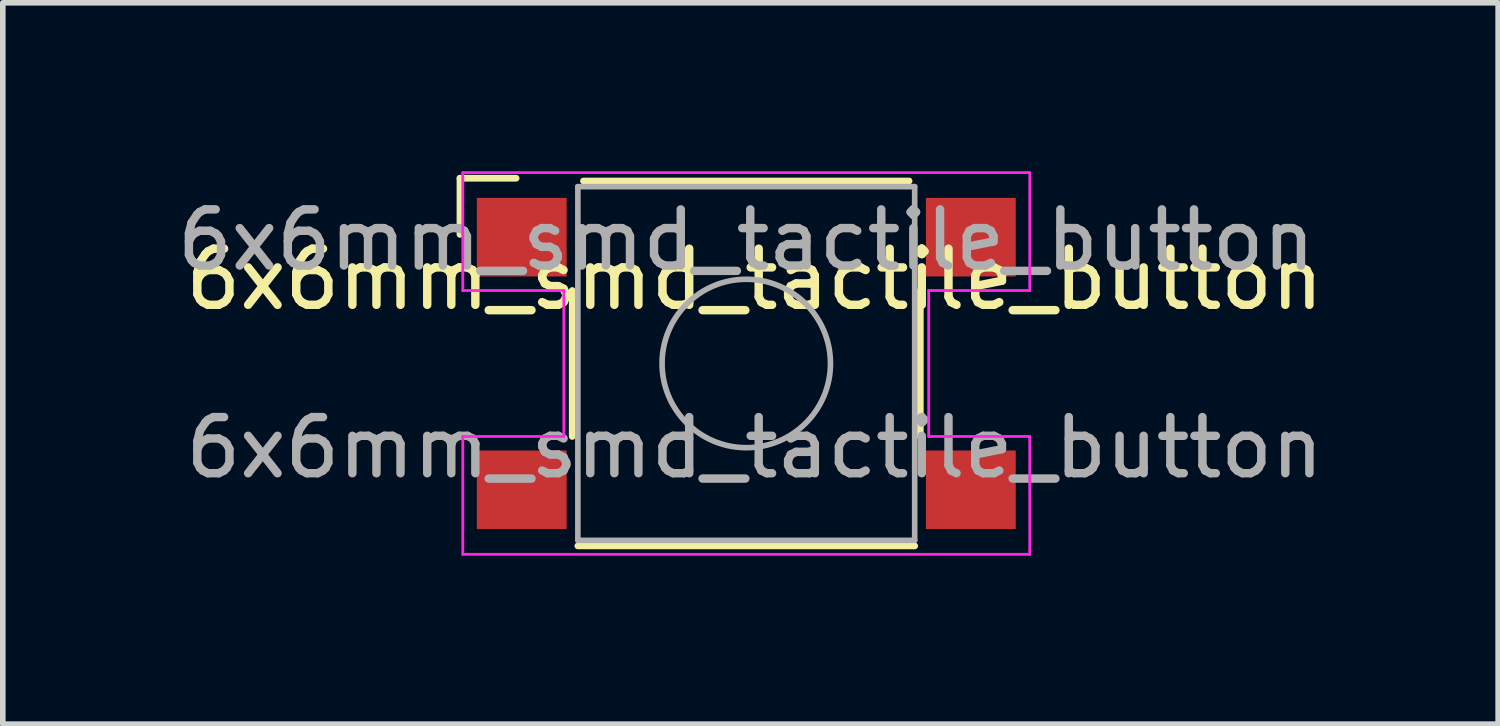
<source format=kicad_pcb>
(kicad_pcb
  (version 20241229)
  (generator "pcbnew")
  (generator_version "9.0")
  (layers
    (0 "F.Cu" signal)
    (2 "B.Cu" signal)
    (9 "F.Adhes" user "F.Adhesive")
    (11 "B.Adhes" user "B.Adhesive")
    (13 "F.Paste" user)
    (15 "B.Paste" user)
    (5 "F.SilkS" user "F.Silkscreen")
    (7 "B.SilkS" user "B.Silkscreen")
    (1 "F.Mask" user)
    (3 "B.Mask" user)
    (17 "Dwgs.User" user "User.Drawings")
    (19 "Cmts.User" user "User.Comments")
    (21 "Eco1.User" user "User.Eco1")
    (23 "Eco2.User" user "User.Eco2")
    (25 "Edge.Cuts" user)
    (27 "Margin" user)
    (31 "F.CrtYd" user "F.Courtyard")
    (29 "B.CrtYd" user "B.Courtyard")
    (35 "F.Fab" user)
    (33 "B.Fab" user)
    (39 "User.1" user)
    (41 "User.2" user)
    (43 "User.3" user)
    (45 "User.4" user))
  (footprint "6x6mm_smd_tactile_button"
    (layer "F.Cu")
    (at 10.294 3.525)
    (property "Reference" "6x6mm_smd_tactile_button" (at 0.1 -1.6 0) (unlocked yes) (layer "F.SilkS") (effects (font (size 1 1) (thickness 0.15))))
    (attr smd)
    (fp_line (start -5.15 -3.4) (end -4.15 -3.4) (stroke (width 0.12) (type solid)) (layer "F.SilkS"))
    (fp_line (start -5.15 -2.4) (end -5.15 -3.4) (stroke (width 0.12) (type solid)) (layer "F.SilkS"))
    (fp_line (start -3.15 -1.4) (end -3.15 1.2) (stroke (width 0.12) (type solid)) (layer "F.SilkS"))
    (fp_line (start 2.85 -3.35) (end -2.95 -3.35) (stroke (width 0.12) (type solid)) (layer "F.SilkS"))
    (fp_line (start 2.95 3.15) (end -3.05 3.15) (stroke (width 0.12) (type solid)) (layer "F.SilkS"))
    (fp_line (start 3.05 -1.4) (end 3.05 1.2) (stroke (width 0.12) (type solid)) (layer "F.SilkS"))
    (fp_line (start -5.1 -3.5) (end 5 -3.5) (stroke (width 0.05) (type solid)) (layer "F.CrtYd"))
    (fp_line (start -5.1 -1.4) (end -5.1 -3.5) (stroke (width 0.05) (type solid)) (layer "F.CrtYd"))
    (fp_line (start -5.1 1.2) (end -3.3 1.2) (stroke (width 0.05) (type solid)) (layer "F.CrtYd"))
    (fp_line (start -5.1 3.3) (end -5.1 1.2) (stroke (width 0.05) (type solid)) (layer "F.CrtYd"))
    (fp_line (start -3.3 -1.4) (end -5.1 -1.4) (stroke (width 0.05) (type solid)) (layer "F.CrtYd"))
    (fp_line (start -3.3 1.2) (end -3.3 -1.4) (stroke (width 0.05) (type solid)) (layer "F.CrtYd"))
    (fp_line (start 3.2 -1.4) (end 3.2 1.2) (stroke (width 0.05) (type solid)) (layer "F.CrtYd"))
    (fp_line (start 3.2 1.2) (end 5 1.2) (stroke (width 0.05) (type solid)) (layer "F.CrtYd"))
    (fp_line (start 5 -3.5) (end 5 -1.4) (stroke (width 0.05) (type solid)) (layer "F.CrtYd"))
    (fp_line (start 5 -1.4) (end 3.2 -1.4) (stroke (width 0.05) (type solid)) (layer "F.CrtYd"))
    (fp_line (start 5 1.2) (end 5 3.3) (stroke (width 0.05) (type solid)) (layer "F.CrtYd"))
    (fp_line (start 5 3.3) (end -5.1 3.3) (stroke (width 0.05) (type solid)) (layer "F.CrtYd"))
    (fp_line (start -3.05 -3.25) (end 2.95 -3.25) (stroke (width 0.1) (type solid)) (layer "F.Fab"))
    (fp_line (start -3.05 3.05) (end -3.05 -3.25) (stroke (width 0.1) (type solid)) (layer "F.Fab"))
    (fp_line (start 2.95 -3.25) (end 2.95 3.05) (stroke (width 0.1) (type solid)) (layer "F.Fab"))
    (fp_line (start 2.95 3.05) (end -3.05 3.05) (stroke (width 0.1) (type solid)) (layer "F.Fab"))
    (fp_circle (center -0.05 -0.1) (end 1.45 -0.1) (stroke (width 0.1) (type solid)) (fill no) (layer "F.Fab"))
    (fp_text user "${REFERENCE}" (at -0.05 -2.3 0) (layer "F.Fab") (effects (font (size 1 1) (thickness 0.15))))
    (fp_text user "${REFERENCE}" (at 0.1 1.4 0) (unlocked yes) (layer "F.Fab") (effects (font (size 1 1) (thickness 0.15))))
    (pad "1" smd rect (at -4.05 -2.35 180) (size 1.6 1.4) (layers "F.Cu" "F.Mask" "F.Paste"))
    (pad "1" smd rect (at 3.95 -2.35 180) (size 1.6 1.4) (layers "F.Cu" "F.Mask" "F.Paste"))
    (pad "2" smd rect (at -4.05 2.15 180) (size 1.6 1.4) (layers "F.Cu" "F.Mask" "F.Paste"))
    (pad "2" smd rect (at 3.95 2.15 180) (size 1.6 1.4) (layers "F.Cu" "F.Mask" "F.Paste")))
  (gr_rect
    (start -3 -3)
    (end 23.638 9.85)
    (stroke (width 0.1) (type default))
    (fill no)
    (layer "Edge.Cuts")))
</source>
